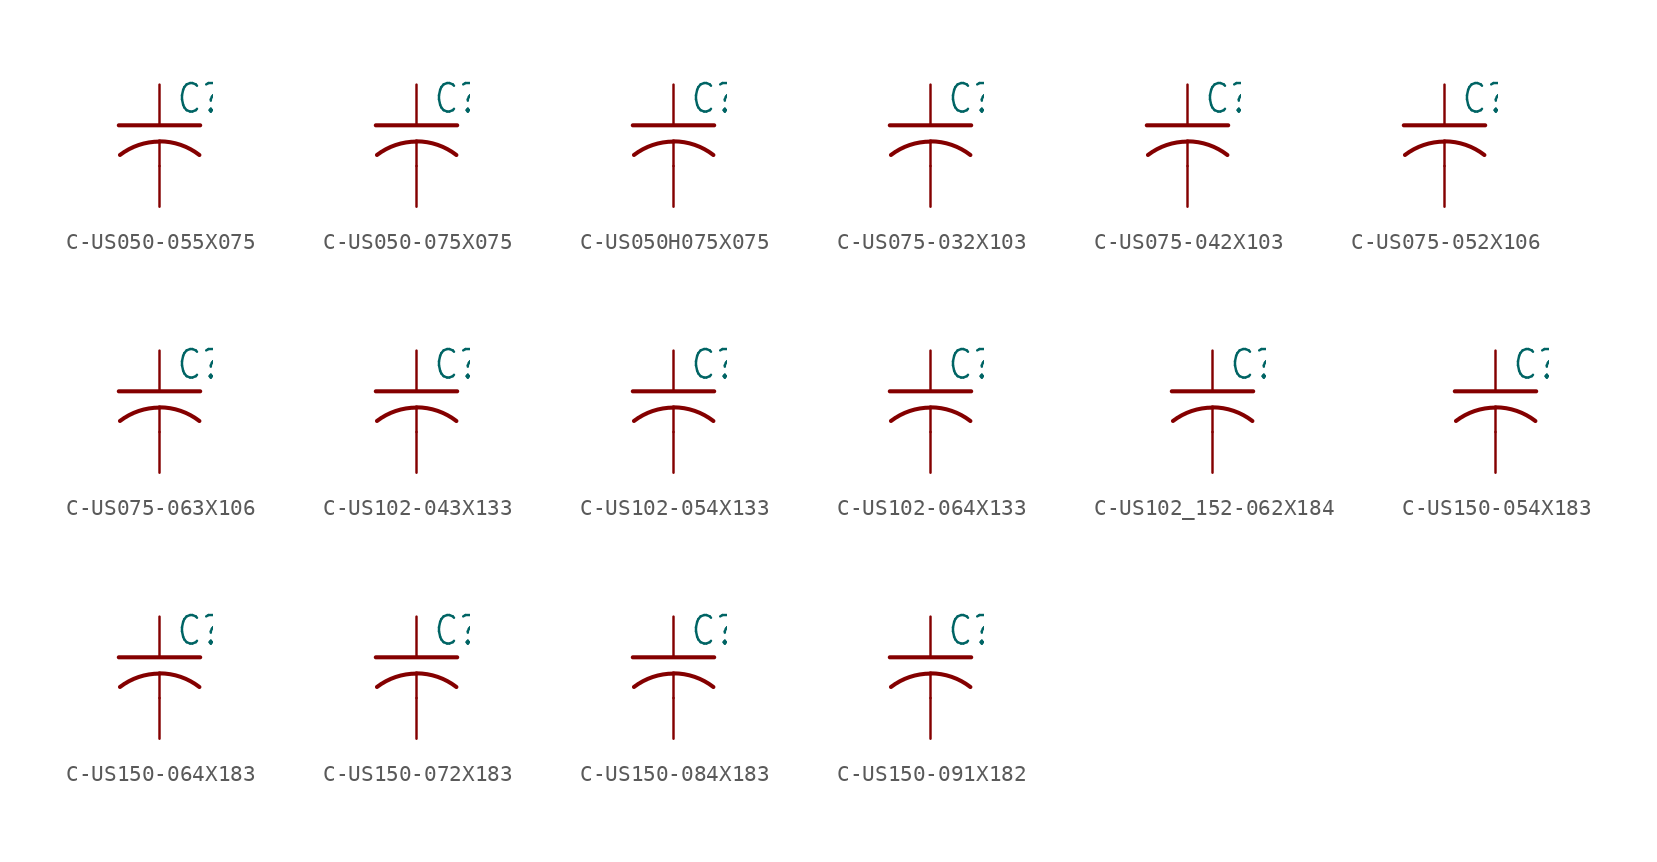
<source format=kicad_sym>
(kicad_symbol_lib
  (version 20231120)
  (generator "kicad_symbol_editor")
  (generator_version "8.0")
  (symbol "C-US050-055X075"
    (property "Reference" "C"
      (at 1.016 0.635 0)
      (effects (font (size 1.778 1.511)) (justify left bottom)))
    (property "Value" ""
      (at 1.016 -4.191 0)
      (effects (font (size 1.778 1.511)) (justify left bottom)))
    (property "ki_locked" ""
      (at 0 0 0)
      (effects (font (size 1.27 1.27))))
    (symbol "C-US050-055X075_1_0"
      (arc (start 0 -1.0161) (mid -1.302 -1.2303) (end -2.4668 -1.8504) (stroke (width 0.254) (type solid)) (fill (type none)))
      (polyline (pts (xy -2.54 0) (xy 2.54 0)) (stroke (width 0.254) (type solid)) (fill (type none)))
      (polyline (pts (xy 0 -1.016) (xy 0 -2.54)) (stroke (width 0.152) (type solid)) (fill (type none)))
      (polyline (pts (xy 0 -1.016) (xy 0 -1.016)) (stroke (width 0.152) (type solid)) (fill (type none)))
      (arc (start 2.4892 -1.8541) (mid 1.3158 -1.2194) (end 0 -1) (stroke (width 0.254) (type solid)) (fill (type none)))
      (pin passive line (at 0 2.54 270) (length 2.54) (name "1" (effects (font (size 0 0)))) (number "1" (effects (font (size 0 0)))))
      (pin passive line (at 0 -5.08 90) (length 2.54) (name "2" (effects (font (size 0 0)))) (number "2" (effects (font (size 0 0)))))))
  (symbol "C-US050-075X075"
    (property "Reference" "C"
      (at 1.016 0.635 0)
      (effects (font (size 1.778 1.511)) (justify left bottom)))
    (property "Value" ""
      (at 1.016 -4.191 0)
      (effects (font (size 1.778 1.511)) (justify left bottom)))
    (property "ki_locked" ""
      (at 0 0 0)
      (effects (font (size 1.27 1.27))))
    (symbol "C-US050-075X075_1_0"
      (arc (start 0 -1.0161) (mid -1.302 -1.2303) (end -2.4668 -1.8504) (stroke (width 0.254) (type solid)) (fill (type none)))
      (polyline (pts (xy -2.54 0) (xy 2.54 0)) (stroke (width 0.254) (type solid)) (fill (type none)))
      (polyline (pts (xy 0 -1.016) (xy 0 -2.54)) (stroke (width 0.152) (type solid)) (fill (type none)))
      (polyline (pts (xy 0 -1.016) (xy 0 -1.016)) (stroke (width 0.152) (type solid)) (fill (type none)))
      (arc (start 2.4892 -1.8541) (mid 1.3158 -1.2194) (end 0 -1) (stroke (width 0.254) (type solid)) (fill (type none)))
      (pin passive line (at 0 2.54 270) (length 2.54) (name "1" (effects (font (size 0 0)))) (number "1" (effects (font (size 0 0)))))
      (pin passive line (at 0 -5.08 90) (length 2.54) (name "2" (effects (font (size 0 0)))) (number "2" (effects (font (size 0 0)))))))
  (symbol "C-US050H075X075"
    (property "Reference" "C"
      (at 1.016 0.635 0)
      (effects (font (size 1.778 1.511)) (justify left bottom)))
    (property "Value" ""
      (at 1.016 -4.191 0)
      (effects (font (size 1.778 1.511)) (justify left bottom)))
    (property "ki_locked" ""
      (at 0 0 0)
      (effects (font (size 1.27 1.27))))
    (symbol "C-US050H075X075_1_0"
      (arc (start 0 -1.0161) (mid -1.302 -1.2303) (end -2.4668 -1.8504) (stroke (width 0.254) (type solid)) (fill (type none)))
      (polyline (pts (xy -2.54 0) (xy 2.54 0)) (stroke (width 0.254) (type solid)) (fill (type none)))
      (polyline (pts (xy 0 -1.016) (xy 0 -2.54)) (stroke (width 0.152) (type solid)) (fill (type none)))
      (polyline (pts (xy 0 -1.016) (xy 0 -1.016)) (stroke (width 0.152) (type solid)) (fill (type none)))
      (arc (start 2.4892 -1.8541) (mid 1.3158 -1.2194) (end 0 -1) (stroke (width 0.254) (type solid)) (fill (type none)))
      (pin passive line (at 0 2.54 270) (length 2.54) (name "1" (effects (font (size 0 0)))) (number "1" (effects (font (size 0 0)))))
      (pin passive line (at 0 -5.08 90) (length 2.54) (name "2" (effects (font (size 0 0)))) (number "2" (effects (font (size 0 0)))))))
  (symbol "C-US075-032X103"
    (property "Reference" "C"
      (at 1.016 0.635 0)
      (effects (font (size 1.778 1.511)) (justify left bottom)))
    (property "Value" ""
      (at 1.016 -4.191 0)
      (effects (font (size 1.778 1.511)) (justify left bottom)))
    (property "ki_locked" ""
      (at 0 0 0)
      (effects (font (size 1.27 1.27))))
    (symbol "C-US075-032X103_1_0"
      (arc (start 0 -1.0161) (mid -1.302 -1.2303) (end -2.4668 -1.8504) (stroke (width 0.254) (type solid)) (fill (type none)))
      (polyline (pts (xy -2.54 0) (xy 2.54 0)) (stroke (width 0.254) (type solid)) (fill (type none)))
      (polyline (pts (xy 0 -1.016) (xy 0 -2.54)) (stroke (width 0.152) (type solid)) (fill (type none)))
      (polyline (pts (xy 0 -1.016) (xy 0 -1.016)) (stroke (width 0.152) (type solid)) (fill (type none)))
      (arc (start 2.4892 -1.8541) (mid 1.3158 -1.2194) (end 0 -1) (stroke (width 0.254) (type solid)) (fill (type none)))
      (pin passive line (at 0 2.54 270) (length 2.54) (name "1" (effects (font (size 0 0)))) (number "1" (effects (font (size 0 0)))))
      (pin passive line (at 0 -5.08 90) (length 2.54) (name "2" (effects (font (size 0 0)))) (number "2" (effects (font (size 0 0)))))))
  (symbol "C-US075-042X103"
    (property "Reference" "C"
      (at 1.016 0.635 0)
      (effects (font (size 1.778 1.511)) (justify left bottom)))
    (property "Value" ""
      (at 1.016 -4.191 0)
      (effects (font (size 1.778 1.511)) (justify left bottom)))
    (property "ki_locked" ""
      (at 0 0 0)
      (effects (font (size 1.27 1.27))))
    (symbol "C-US075-042X103_1_0"
      (arc (start 0 -1.0161) (mid -1.302 -1.2303) (end -2.4668 -1.8504) (stroke (width 0.254) (type solid)) (fill (type none)))
      (polyline (pts (xy -2.54 0) (xy 2.54 0)) (stroke (width 0.254) (type solid)) (fill (type none)))
      (polyline (pts (xy 0 -1.016) (xy 0 -2.54)) (stroke (width 0.152) (type solid)) (fill (type none)))
      (polyline (pts (xy 0 -1.016) (xy 0 -1.016)) (stroke (width 0.152) (type solid)) (fill (type none)))
      (arc (start 2.4892 -1.8541) (mid 1.3158 -1.2194) (end 0 -1) (stroke (width 0.254) (type solid)) (fill (type none)))
      (pin passive line (at 0 2.54 270) (length 2.54) (name "1" (effects (font (size 0 0)))) (number "1" (effects (font (size 0 0)))))
      (pin passive line (at 0 -5.08 90) (length 2.54) (name "2" (effects (font (size 0 0)))) (number "2" (effects (font (size 0 0)))))))
  (symbol "C-US075-052X106"
    (property "Reference" "C"
      (at 1.016 0.635 0)
      (effects (font (size 1.778 1.511)) (justify left bottom)))
    (property "Value" ""
      (at 1.016 -4.191 0)
      (effects (font (size 1.778 1.511)) (justify left bottom)))
    (property "ki_locked" ""
      (at 0 0 0)
      (effects (font (size 1.27 1.27))))
    (symbol "C-US075-052X106_1_0"
      (arc (start 0 -1.0161) (mid -1.302 -1.2303) (end -2.4668 -1.8504) (stroke (width 0.254) (type solid)) (fill (type none)))
      (polyline (pts (xy -2.54 0) (xy 2.54 0)) (stroke (width 0.254) (type solid)) (fill (type none)))
      (polyline (pts (xy 0 -1.016) (xy 0 -2.54)) (stroke (width 0.152) (type solid)) (fill (type none)))
      (polyline (pts (xy 0 -1.016) (xy 0 -1.016)) (stroke (width 0.152) (type solid)) (fill (type none)))
      (arc (start 2.4892 -1.8541) (mid 1.3158 -1.2194) (end 0 -1) (stroke (width 0.254) (type solid)) (fill (type none)))
      (pin passive line (at 0 2.54 270) (length 2.54) (name "1" (effects (font (size 0 0)))) (number "1" (effects (font (size 0 0)))))
      (pin passive line (at 0 -5.08 90) (length 2.54) (name "2" (effects (font (size 0 0)))) (number "2" (effects (font (size 0 0)))))))
  (symbol "C-US075-063X106"
    (property "Reference" "C"
      (at 1.016 0.635 0)
      (effects (font (size 1.778 1.511)) (justify left bottom)))
    (property "Value" ""
      (at 1.016 -4.191 0)
      (effects (font (size 1.778 1.511)) (justify left bottom)))
    (property "ki_locked" ""
      (at 0 0 0)
      (effects (font (size 1.27 1.27))))
    (symbol "C-US075-063X106_1_0"
      (arc (start 0 -1.0161) (mid -1.302 -1.2303) (end -2.4668 -1.8504) (stroke (width 0.254) (type solid)) (fill (type none)))
      (polyline (pts (xy -2.54 0) (xy 2.54 0)) (stroke (width 0.254) (type solid)) (fill (type none)))
      (polyline (pts (xy 0 -1.016) (xy 0 -2.54)) (stroke (width 0.152) (type solid)) (fill (type none)))
      (polyline (pts (xy 0 -1.016) (xy 0 -1.016)) (stroke (width 0.152) (type solid)) (fill (type none)))
      (arc (start 2.4892 -1.8541) (mid 1.3158 -1.2194) (end 0 -1) (stroke (width 0.254) (type solid)) (fill (type none)))
      (pin passive line (at 0 2.54 270) (length 2.54) (name "1" (effects (font (size 0 0)))) (number "1" (effects (font (size 0 0)))))
      (pin passive line (at 0 -5.08 90) (length 2.54) (name "2" (effects (font (size 0 0)))) (number "2" (effects (font (size 0 0)))))))
  (symbol "C-US102-043X133"
    (property "Reference" "C"
      (at 1.016 0.635 0)
      (effects (font (size 1.778 1.511)) (justify left bottom)))
    (property "Value" ""
      (at 1.016 -4.191 0)
      (effects (font (size 1.778 1.511)) (justify left bottom)))
    (property "ki_locked" ""
      (at 0 0 0)
      (effects (font (size 1.27 1.27))))
    (symbol "C-US102-043X133_1_0"
      (arc (start 0 -1.0161) (mid -1.302 -1.2303) (end -2.4668 -1.8504) (stroke (width 0.254) (type solid)) (fill (type none)))
      (polyline (pts (xy -2.54 0) (xy 2.54 0)) (stroke (width 0.254) (type solid)) (fill (type none)))
      (polyline (pts (xy 0 -1.016) (xy 0 -2.54)) (stroke (width 0.152) (type solid)) (fill (type none)))
      (polyline (pts (xy 0 -1.016) (xy 0 -1.016)) (stroke (width 0.152) (type solid)) (fill (type none)))
      (arc (start 2.4892 -1.8541) (mid 1.3158 -1.2194) (end 0 -1) (stroke (width 0.254) (type solid)) (fill (type none)))
      (pin passive line (at 0 2.54 270) (length 2.54) (name "1" (effects (font (size 0 0)))) (number "1" (effects (font (size 0 0)))))
      (pin passive line (at 0 -5.08 90) (length 2.54) (name "2" (effects (font (size 0 0)))) (number "2" (effects (font (size 0 0)))))))
  (symbol "C-US102-054X133"
    (property "Reference" "C"
      (at 1.016 0.635 0)
      (effects (font (size 1.778 1.511)) (justify left bottom)))
    (property "Value" ""
      (at 1.016 -4.191 0)
      (effects (font (size 1.778 1.511)) (justify left bottom)))
    (property "ki_locked" ""
      (at 0 0 0)
      (effects (font (size 1.27 1.27))))
    (symbol "C-US102-054X133_1_0"
      (arc (start 0 -1.0161) (mid -1.302 -1.2303) (end -2.4668 -1.8504) (stroke (width 0.254) (type solid)) (fill (type none)))
      (polyline (pts (xy -2.54 0) (xy 2.54 0)) (stroke (width 0.254) (type solid)) (fill (type none)))
      (polyline (pts (xy 0 -1.016) (xy 0 -2.54)) (stroke (width 0.152) (type solid)) (fill (type none)))
      (polyline (pts (xy 0 -1.016) (xy 0 -1.016)) (stroke (width 0.152) (type solid)) (fill (type none)))
      (arc (start 2.4892 -1.8541) (mid 1.3158 -1.2194) (end 0 -1) (stroke (width 0.254) (type solid)) (fill (type none)))
      (pin passive line (at 0 2.54 270) (length 2.54) (name "1" (effects (font (size 0 0)))) (number "1" (effects (font (size 0 0)))))
      (pin passive line (at 0 -5.08 90) (length 2.54) (name "2" (effects (font (size 0 0)))) (number "2" (effects (font (size 0 0)))))))
  (symbol "C-US102-064X133"
    (property "Reference" "C"
      (at 1.016 0.635 0)
      (effects (font (size 1.778 1.511)) (justify left bottom)))
    (property "Value" ""
      (at 1.016 -4.191 0)
      (effects (font (size 1.778 1.511)) (justify left bottom)))
    (property "ki_locked" ""
      (at 0 0 0)
      (effects (font (size 1.27 1.27))))
    (symbol "C-US102-064X133_1_0"
      (arc (start 0 -1.0161) (mid -1.302 -1.2303) (end -2.4668 -1.8504) (stroke (width 0.254) (type solid)) (fill (type none)))
      (polyline (pts (xy -2.54 0) (xy 2.54 0)) (stroke (width 0.254) (type solid)) (fill (type none)))
      (polyline (pts (xy 0 -1.016) (xy 0 -2.54)) (stroke (width 0.152) (type solid)) (fill (type none)))
      (polyline (pts (xy 0 -1.016) (xy 0 -1.016)) (stroke (width 0.152) (type solid)) (fill (type none)))
      (arc (start 2.4892 -1.8541) (mid 1.3158 -1.2194) (end 0 -1) (stroke (width 0.254) (type solid)) (fill (type none)))
      (pin passive line (at 0 2.54 270) (length 2.54) (name "1" (effects (font (size 0 0)))) (number "1" (effects (font (size 0 0)))))
      (pin passive line (at 0 -5.08 90) (length 2.54) (name "2" (effects (font (size 0 0)))) (number "2" (effects (font (size 0 0)))))))
  (symbol "C-US102_152-062X184"
    (property "Reference" "C"
      (at 1.016 0.635 0)
      (effects (font (size 1.778 1.511)) (justify left bottom)))
    (property "Value" ""
      (at 1.016 -4.191 0)
      (effects (font (size 1.778 1.511)) (justify left bottom)))
    (property "ki_locked" ""
      (at 0 0 0)
      (effects (font (size 1.27 1.27))))
    (symbol "C-US102_152-062X184_1_0"
      (arc (start 0 -1.0161) (mid -1.302 -1.2303) (end -2.4668 -1.8504) (stroke (width 0.254) (type solid)) (fill (type none)))
      (polyline (pts (xy -2.54 0) (xy 2.54 0)) (stroke (width 0.254) (type solid)) (fill (type none)))
      (polyline (pts (xy 0 -1.016) (xy 0 -2.54)) (stroke (width 0.152) (type solid)) (fill (type none)))
      (polyline (pts (xy 0 -1.016) (xy 0 -1.016)) (stroke (width 0.152) (type solid)) (fill (type none)))
      (arc (start 2.4892 -1.8541) (mid 1.3158 -1.2194) (end 0 -1) (stroke (width 0.254) (type solid)) (fill (type none)))
      (pin passive line (at 0 2.54 270) (length 2.54) (name "1" (effects (font (size 0 0)))) (number "1" (effects (font (size 0 0)))))
      (pin passive line (at 0 -5.08 90) (length 2.54) (name "2" (effects (font (size 0 0)))) (number "2" (effects (font (size 0 0)))))))
  (symbol "C-US150-054X183"
    (property "Reference" "C"
      (at 1.016 0.635 0)
      (effects (font (size 1.778 1.511)) (justify left bottom)))
    (property "Value" ""
      (at 1.016 -4.191 0)
      (effects (font (size 1.778 1.511)) (justify left bottom)))
    (property "ki_locked" ""
      (at 0 0 0)
      (effects (font (size 1.27 1.27))))
    (symbol "C-US150-054X183_1_0"
      (arc (start 0 -1.0161) (mid -1.302 -1.2303) (end -2.4668 -1.8504) (stroke (width 0.254) (type solid)) (fill (type none)))
      (polyline (pts (xy -2.54 0) (xy 2.54 0)) (stroke (width 0.254) (type solid)) (fill (type none)))
      (polyline (pts (xy 0 -1.016) (xy 0 -2.54)) (stroke (width 0.152) (type solid)) (fill (type none)))
      (polyline (pts (xy 0 -1.016) (xy 0 -1.016)) (stroke (width 0.152) (type solid)) (fill (type none)))
      (arc (start 2.4892 -1.8541) (mid 1.3158 -1.2194) (end 0 -1) (stroke (width 0.254) (type solid)) (fill (type none)))
      (pin passive line (at 0 2.54 270) (length 2.54) (name "1" (effects (font (size 0 0)))) (number "1" (effects (font (size 0 0)))))
      (pin passive line (at 0 -5.08 90) (length 2.54) (name "2" (effects (font (size 0 0)))) (number "2" (effects (font (size 0 0)))))))
  (symbol "C-US150-064X183"
    (property "Reference" "C"
      (at 1.016 0.635 0)
      (effects (font (size 1.778 1.511)) (justify left bottom)))
    (property "Value" ""
      (at 1.016 -4.191 0)
      (effects (font (size 1.778 1.511)) (justify left bottom)))
    (property "ki_locked" ""
      (at 0 0 0)
      (effects (font (size 1.27 1.27))))
    (symbol "C-US150-064X183_1_0"
      (arc (start 0 -1.0161) (mid -1.302 -1.2303) (end -2.4668 -1.8504) (stroke (width 0.254) (type solid)) (fill (type none)))
      (polyline (pts (xy -2.54 0) (xy 2.54 0)) (stroke (width 0.254) (type solid)) (fill (type none)))
      (polyline (pts (xy 0 -1.016) (xy 0 -2.54)) (stroke (width 0.152) (type solid)) (fill (type none)))
      (polyline (pts (xy 0 -1.016) (xy 0 -1.016)) (stroke (width 0.152) (type solid)) (fill (type none)))
      (arc (start 2.4892 -1.8541) (mid 1.3158 -1.2194) (end 0 -1) (stroke (width 0.254) (type solid)) (fill (type none)))
      (pin passive line (at 0 2.54 270) (length 2.54) (name "1" (effects (font (size 0 0)))) (number "1" (effects (font (size 0 0)))))
      (pin passive line (at 0 -5.08 90) (length 2.54) (name "2" (effects (font (size 0 0)))) (number "2" (effects (font (size 0 0)))))))
  (symbol "C-US150-072X183"
    (property "Reference" "C"
      (at 1.016 0.635 0)
      (effects (font (size 1.778 1.511)) (justify left bottom)))
    (property "Value" ""
      (at 1.016 -4.191 0)
      (effects (font (size 1.778 1.511)) (justify left bottom)))
    (property "ki_locked" ""
      (at 0 0 0)
      (effects (font (size 1.27 1.27))))
    (symbol "C-US150-072X183_1_0"
      (arc (start 0 -1.0161) (mid -1.302 -1.2303) (end -2.4668 -1.8504) (stroke (width 0.254) (type solid)) (fill (type none)))
      (polyline (pts (xy -2.54 0) (xy 2.54 0)) (stroke (width 0.254) (type solid)) (fill (type none)))
      (polyline (pts (xy 0 -1.016) (xy 0 -2.54)) (stroke (width 0.152) (type solid)) (fill (type none)))
      (polyline (pts (xy 0 -1.016) (xy 0 -1.016)) (stroke (width 0.152) (type solid)) (fill (type none)))
      (arc (start 2.4892 -1.8541) (mid 1.3158 -1.2194) (end 0 -1) (stroke (width 0.254) (type solid)) (fill (type none)))
      (pin passive line (at 0 2.54 270) (length 2.54) (name "1" (effects (font (size 0 0)))) (number "1" (effects (font (size 0 0)))))
      (pin passive line (at 0 -5.08 90) (length 2.54) (name "2" (effects (font (size 0 0)))) (number "2" (effects (font (size 0 0)))))))
  (symbol "C-US150-084X183"
    (property "Reference" "C"
      (at 1.016 0.635 0)
      (effects (font (size 1.778 1.511)) (justify left bottom)))
    (property "Value" ""
      (at 1.016 -4.191 0)
      (effects (font (size 1.778 1.511)) (justify left bottom)))
    (property "ki_locked" ""
      (at 0 0 0)
      (effects (font (size 1.27 1.27))))
    (symbol "C-US150-084X183_1_0"
      (arc (start 0 -1.0161) (mid -1.302 -1.2303) (end -2.4668 -1.8504) (stroke (width 0.254) (type solid)) (fill (type none)))
      (polyline (pts (xy -2.54 0) (xy 2.54 0)) (stroke (width 0.254) (type solid)) (fill (type none)))
      (polyline (pts (xy 0 -1.016) (xy 0 -2.54)) (stroke (width 0.152) (type solid)) (fill (type none)))
      (polyline (pts (xy 0 -1.016) (xy 0 -1.016)) (stroke (width 0.152) (type solid)) (fill (type none)))
      (arc (start 2.4892 -1.8541) (mid 1.3158 -1.2194) (end 0 -1) (stroke (width 0.254) (type solid)) (fill (type none)))
      (pin passive line (at 0 2.54 270) (length 2.54) (name "1" (effects (font (size 0 0)))) (number "1" (effects (font (size 0 0)))))
      (pin passive line (at 0 -5.08 90) (length 2.54) (name "2" (effects (font (size 0 0)))) (number "2" (effects (font (size 0 0)))))))
  (symbol "C-US150-091X182"
    (property "Reference" "C"
      (at 1.016 0.635 0)
      (effects (font (size 1.778 1.511)) (justify left bottom)))
    (property "Value" ""
      (at 1.016 -4.191 0)
      (effects (font (size 1.778 1.511)) (justify left bottom)))
    (property "ki_locked" ""
      (at 0 0 0)
      (effects (font (size 1.27 1.27))))
    (symbol "C-US150-091X182_1_0"
      (arc (start 0 -1.0161) (mid -1.302 -1.2303) (end -2.4668 -1.8504) (stroke (width 0.254) (type solid)) (fill (type none)))
      (polyline (pts (xy -2.54 0) (xy 2.54 0)) (stroke (width 0.254) (type solid)) (fill (type none)))
      (polyline (pts (xy 0 -1.016) (xy 0 -2.54)) (stroke (width 0.152) (type solid)) (fill (type none)))
      (polyline (pts (xy 0 -1.016) (xy 0 -1.016)) (stroke (width 0.152) (type solid)) (fill (type none)))
      (arc (start 2.4892 -1.8541) (mid 1.3158 -1.2194) (end 0 -1) (stroke (width 0.254) (type solid)) (fill (type none)))
      (pin passive line (at 0 2.54 270) (length 2.54) (name "1" (effects (font (size 0 0)))) (number "1" (effects (font (size 0 0)))))
      (pin passive line (at 0 -5.08 90) (length 2.54) (name "2" (effects (font (size 0 0)))) (number "2" (effects (font (size 0 0))))))))
</source>
